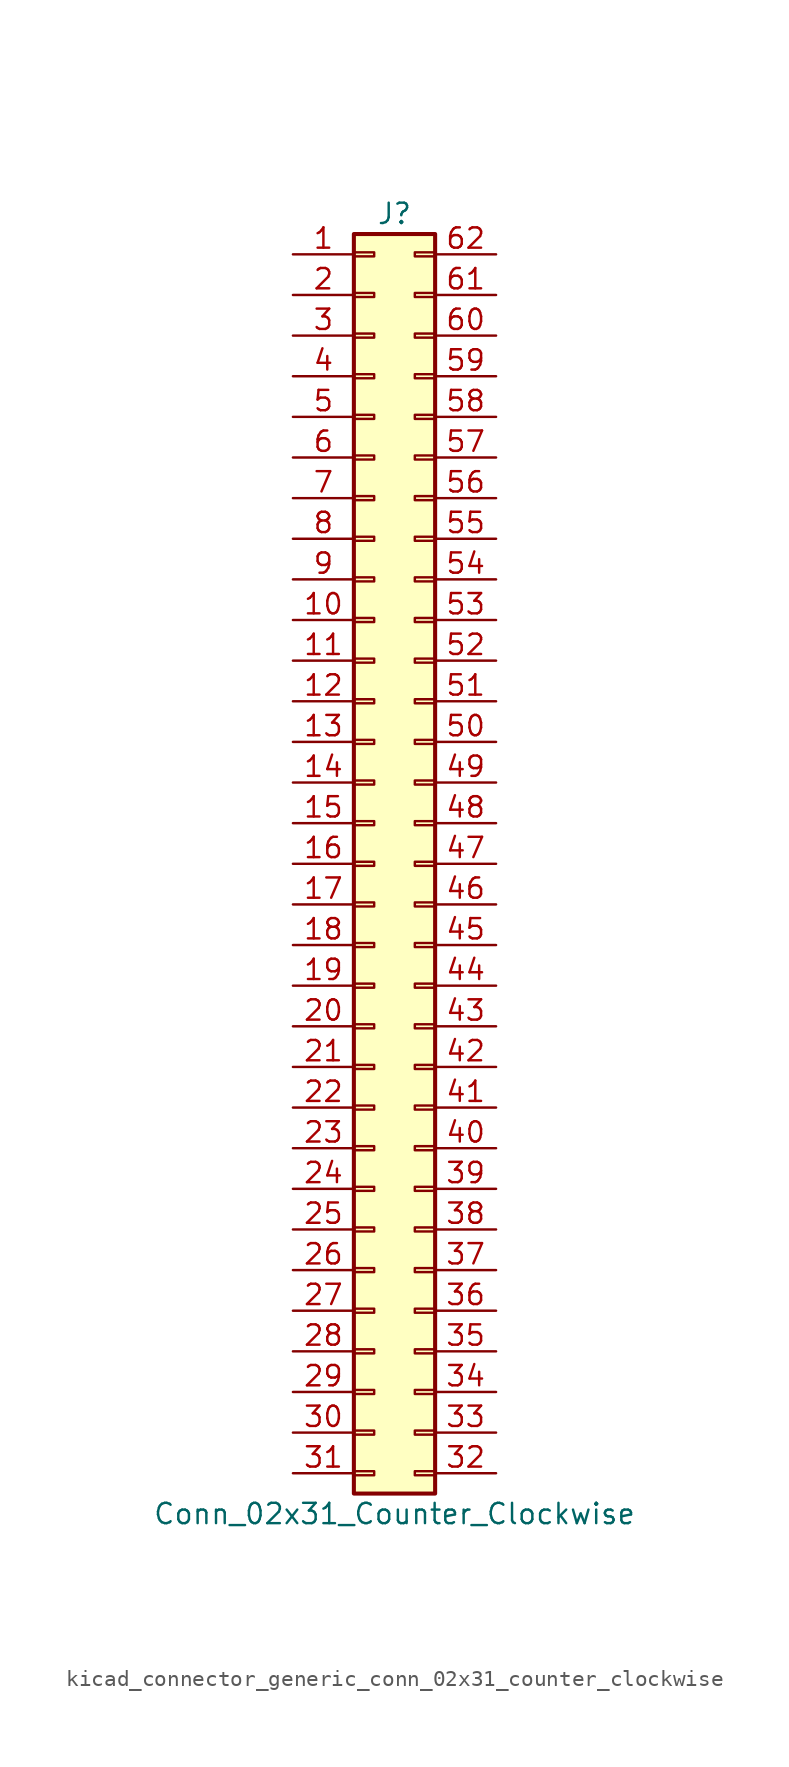
<source format=kicad_sym>
(kicad_symbol_lib
  (version 20220914)
  (generator kicad_symbol_editor)
  (symbol "kicad_connector_generic_conn_02x31_counter_clockwise"
    (pin_names
      (offset 1.016) hide)
    (property "Reference" "J"
      (at 1.27 40.64 0)
      (effects (font (size 1.27 1.27))))
    (property "Value" "Conn_02x31_Counter_Clockwise"
      (at 1.27 -40.64 0)
      (effects (font (size 1.27 1.27))))
    (symbol "kicad_connector_generic_conn_02x31_counter_clockwise_1_1"
      (rectangle (start -1.27 -37.973) (end 0 -38.227) (stroke (width 0.152) (type default)) (fill (type none)))
      (rectangle (start -1.27 -35.433) (end 0 -35.687) (stroke (width 0.152) (type default)) (fill (type none)))
      (rectangle (start -1.27 -32.893) (end 0 -33.147) (stroke (width 0.152) (type default)) (fill (type none)))
      (rectangle (start -1.27 -30.353) (end 0 -30.607) (stroke (width 0.152) (type default)) (fill (type none)))
      (rectangle (start -1.27 -27.813) (end 0 -28.067) (stroke (width 0.152) (type default)) (fill (type none)))
      (rectangle (start -1.27 -25.273) (end 0 -25.527) (stroke (width 0.152) (type default)) (fill (type none)))
      (rectangle (start -1.27 -22.733) (end 0 -22.987) (stroke (width 0.152) (type default)) (fill (type none)))
      (rectangle (start -1.27 -20.193) (end 0 -20.447) (stroke (width 0.152) (type default)) (fill (type none)))
      (rectangle (start -1.27 -17.653) (end 0 -17.907) (stroke (width 0.152) (type default)) (fill (type none)))
      (rectangle (start -1.27 -15.113) (end 0 -15.367) (stroke (width 0.152) (type default)) (fill (type none)))
      (rectangle (start -1.27 -12.573) (end 0 -12.827) (stroke (width 0.152) (type default)) (fill (type none)))
      (rectangle (start -1.27 -10.033) (end 0 -10.287) (stroke (width 0.152) (type default)) (fill (type none)))
      (rectangle (start -1.27 -7.493) (end 0 -7.747) (stroke (width 0.152) (type default)) (fill (type none)))
      (rectangle (start -1.27 -4.953) (end 0 -5.207) (stroke (width 0.152) (type default)) (fill (type none)))
      (rectangle (start -1.27 -2.413) (end 0 -2.667) (stroke (width 0.152) (type default)) (fill (type none)))
      (rectangle (start -1.27 0.127) (end 0 -0.127) (stroke (width 0.152) (type default)) (fill (type none)))
      (rectangle (start -1.27 2.667) (end 0 2.413) (stroke (width 0.152) (type default)) (fill (type none)))
      (rectangle (start -1.27 5.207) (end 0 4.953) (stroke (width 0.152) (type default)) (fill (type none)))
      (rectangle (start -1.27 7.747) (end 0 7.493) (stroke (width 0.152) (type default)) (fill (type none)))
      (rectangle (start -1.27 10.287) (end 0 10.033) (stroke (width 0.152) (type default)) (fill (type none)))
      (rectangle (start -1.27 12.827) (end 0 12.573) (stroke (width 0.152) (type default)) (fill (type none)))
      (rectangle (start -1.27 15.367) (end 0 15.113) (stroke (width 0.152) (type default)) (fill (type none)))
      (rectangle (start -1.27 17.907) (end 0 17.653) (stroke (width 0.152) (type default)) (fill (type none)))
      (rectangle (start -1.27 20.447) (end 0 20.193) (stroke (width 0.152) (type default)) (fill (type none)))
      (rectangle (start -1.27 22.987) (end 0 22.733) (stroke (width 0.152) (type default)) (fill (type none)))
      (rectangle (start -1.27 25.527) (end 0 25.273) (stroke (width 0.152) (type default)) (fill (type none)))
      (rectangle (start -1.27 28.067) (end 0 27.813) (stroke (width 0.152) (type default)) (fill (type none)))
      (rectangle (start -1.27 30.607) (end 0 30.353) (stroke (width 0.152) (type default)) (fill (type none)))
      (rectangle (start -1.27 33.147) (end 0 32.893) (stroke (width 0.152) (type default)) (fill (type none)))
      (rectangle (start -1.27 35.687) (end 0 35.433) (stroke (width 0.152) (type default)) (fill (type none)))
      (rectangle (start -1.27 38.227) (end 0 37.973) (stroke (width 0.152) (type default)) (fill (type none)))
      (rectangle (start -1.27 39.37) (end 3.81 -39.37) (stroke (width 0.254) (type default)) (fill (type background)))
      (rectangle (start 3.81 -37.973) (end 2.54 -38.227) (stroke (width 0.152) (type default)) (fill (type none)))
      (rectangle (start 3.81 -35.433) (end 2.54 -35.687) (stroke (width 0.152) (type default)) (fill (type none)))
      (rectangle (start 3.81 -32.893) (end 2.54 -33.147) (stroke (width 0.152) (type default)) (fill (type none)))
      (rectangle (start 3.81 -30.353) (end 2.54 -30.607) (stroke (width 0.152) (type default)) (fill (type none)))
      (rectangle (start 3.81 -27.813) (end 2.54 -28.067) (stroke (width 0.152) (type default)) (fill (type none)))
      (rectangle (start 3.81 -25.273) (end 2.54 -25.527) (stroke (width 0.152) (type default)) (fill (type none)))
      (rectangle (start 3.81 -22.733) (end 2.54 -22.987) (stroke (width 0.152) (type default)) (fill (type none)))
      (rectangle (start 3.81 -20.193) (end 2.54 -20.447) (stroke (width 0.152) (type default)) (fill (type none)))
      (rectangle (start 3.81 -17.653) (end 2.54 -17.907) (stroke (width 0.152) (type default)) (fill (type none)))
      (rectangle (start 3.81 -15.113) (end 2.54 -15.367) (stroke (width 0.152) (type default)) (fill (type none)))
      (rectangle (start 3.81 -12.573) (end 2.54 -12.827) (stroke (width 0.152) (type default)) (fill (type none)))
      (rectangle (start 3.81 -10.033) (end 2.54 -10.287) (stroke (width 0.152) (type default)) (fill (type none)))
      (rectangle (start 3.81 -7.493) (end 2.54 -7.747) (stroke (width 0.152) (type default)) (fill (type none)))
      (rectangle (start 3.81 -4.953) (end 2.54 -5.207) (stroke (width 0.152) (type default)) (fill (type none)))
      (rectangle (start 3.81 -2.413) (end 2.54 -2.667) (stroke (width 0.152) (type default)) (fill (type none)))
      (rectangle (start 3.81 0.127) (end 2.54 -0.127) (stroke (width 0.152) (type default)) (fill (type none)))
      (rectangle (start 3.81 2.667) (end 2.54 2.413) (stroke (width 0.152) (type default)) (fill (type none)))
      (rectangle (start 3.81 5.207) (end 2.54 4.953) (stroke (width 0.152) (type default)) (fill (type none)))
      (rectangle (start 3.81 7.747) (end 2.54 7.493) (stroke (width 0.152) (type default)) (fill (type none)))
      (rectangle (start 3.81 10.287) (end 2.54 10.033) (stroke (width 0.152) (type default)) (fill (type none)))
      (rectangle (start 3.81 12.827) (end 2.54 12.573) (stroke (width 0.152) (type default)) (fill (type none)))
      (rectangle (start 3.81 15.367) (end 2.54 15.113) (stroke (width 0.152) (type default)) (fill (type none)))
      (rectangle (start 3.81 17.907) (end 2.54 17.653) (stroke (width 0.152) (type default)) (fill (type none)))
      (rectangle (start 3.81 20.447) (end 2.54 20.193) (stroke (width 0.152) (type default)) (fill (type none)))
      (rectangle (start 3.81 22.987) (end 2.54 22.733) (stroke (width 0.152) (type default)) (fill (type none)))
      (rectangle (start 3.81 25.527) (end 2.54 25.273) (stroke (width 0.152) (type default)) (fill (type none)))
      (rectangle (start 3.81 28.067) (end 2.54 27.813) (stroke (width 0.152) (type default)) (fill (type none)))
      (rectangle (start 3.81 30.607) (end 2.54 30.353) (stroke (width 0.152) (type default)) (fill (type none)))
      (rectangle (start 3.81 33.147) (end 2.54 32.893) (stroke (width 0.152) (type default)) (fill (type none)))
      (rectangle (start 3.81 35.687) (end 2.54 35.433) (stroke (width 0.152) (type default)) (fill (type none)))
      (rectangle (start 3.81 38.227) (end 2.54 37.973) (stroke (width 0.152) (type default)) (fill (type none)))
      (pin passive line (at -5.08 38.1 0) (length 3.81) (name "Pin_1" (effects (font (size 1.27 1.27)))) (number "1" (effects (font (size 1.27 1.27)))))
      (pin passive line (at -5.08 15.24 0) (length 3.81) (name "Pin_10" (effects (font (size 1.27 1.27)))) (number "10" (effects (font (size 1.27 1.27)))))
      (pin passive line (at -5.08 12.7 0) (length 3.81) (name "Pin_11" (effects (font (size 1.27 1.27)))) (number "11" (effects (font (size 1.27 1.27)))))
      (pin passive line (at -5.08 10.16 0) (length 3.81) (name "Pin_12" (effects (font (size 1.27 1.27)))) (number "12" (effects (font (size 1.27 1.27)))))
      (pin passive line (at -5.08 7.62 0) (length 3.81) (name "Pin_13" (effects (font (size 1.27 1.27)))) (number "13" (effects (font (size 1.27 1.27)))))
      (pin passive line (at -5.08 5.08 0) (length 3.81) (name "Pin_14" (effects (font (size 1.27 1.27)))) (number "14" (effects (font (size 1.27 1.27)))))
      (pin passive line (at -5.08 2.54 0) (length 3.81) (name "Pin_15" (effects (font (size 1.27 1.27)))) (number "15" (effects (font (size 1.27 1.27)))))
      (pin passive line (at -5.08 0 0) (length 3.81) (name "Pin_16" (effects (font (size 1.27 1.27)))) (number "16" (effects (font (size 1.27 1.27)))))
      (pin passive line (at -5.08 -2.54 0) (length 3.81) (name "Pin_17" (effects (font (size 1.27 1.27)))) (number "17" (effects (font (size 1.27 1.27)))))
      (pin passive line (at -5.08 -5.08 0) (length 3.81) (name "Pin_18" (effects (font (size 1.27 1.27)))) (number "18" (effects (font (size 1.27 1.27)))))
      (pin passive line (at -5.08 -7.62 0) (length 3.81) (name "Pin_19" (effects (font (size 1.27 1.27)))) (number "19" (effects (font (size 1.27 1.27)))))
      (pin passive line (at -5.08 35.56 0) (length 3.81) (name "Pin_2" (effects (font (size 1.27 1.27)))) (number "2" (effects (font (size 1.27 1.27)))))
      (pin passive line (at -5.08 -10.16 0) (length 3.81) (name "Pin_20" (effects (font (size 1.27 1.27)))) (number "20" (effects (font (size 1.27 1.27)))))
      (pin passive line (at -5.08 -12.7 0) (length 3.81) (name "Pin_21" (effects (font (size 1.27 1.27)))) (number "21" (effects (font (size 1.27 1.27)))))
      (pin passive line (at -5.08 -15.24 0) (length 3.81) (name "Pin_22" (effects (font (size 1.27 1.27)))) (number "22" (effects (font (size 1.27 1.27)))))
      (pin passive line (at -5.08 -17.78 0) (length 3.81) (name "Pin_23" (effects (font (size 1.27 1.27)))) (number "23" (effects (font (size 1.27 1.27)))))
      (pin passive line (at -5.08 -20.32 0) (length 3.81) (name "Pin_24" (effects (font (size 1.27 1.27)))) (number "24" (effects (font (size 1.27 1.27)))))
      (pin passive line (at -5.08 -22.86 0) (length 3.81) (name "Pin_25" (effects (font (size 1.27 1.27)))) (number "25" (effects (font (size 1.27 1.27)))))
      (pin passive line (at -5.08 -25.4 0) (length 3.81) (name "Pin_26" (effects (font (size 1.27 1.27)))) (number "26" (effects (font (size 1.27 1.27)))))
      (pin passive line (at -5.08 -27.94 0) (length 3.81) (name "Pin_27" (effects (font (size 1.27 1.27)))) (number "27" (effects (font (size 1.27 1.27)))))
      (pin passive line (at -5.08 -30.48 0) (length 3.81) (name "Pin_28" (effects (font (size 1.27 1.27)))) (number "28" (effects (font (size 1.27 1.27)))))
      (pin passive line (at -5.08 -33.02 0) (length 3.81) (name "Pin_29" (effects (font (size 1.27 1.27)))) (number "29" (effects (font (size 1.27 1.27)))))
      (pin passive line (at -5.08 33.02 0) (length 3.81) (name "Pin_3" (effects (font (size 1.27 1.27)))) (number "3" (effects (font (size 1.27 1.27)))))
      (pin passive line (at -5.08 -35.56 0) (length 3.81) (name "Pin_30" (effects (font (size 1.27 1.27)))) (number "30" (effects (font (size 1.27 1.27)))))
      (pin passive line (at -5.08 -38.1 0) (length 3.81) (name "Pin_31" (effects (font (size 1.27 1.27)))) (number "31" (effects (font (size 1.27 1.27)))))
      (pin passive line (at 7.62 -38.1 180) (length 3.81) (name "Pin_32" (effects (font (size 1.27 1.27)))) (number "32" (effects (font (size 1.27 1.27)))))
      (pin passive line (at 7.62 -35.56 180) (length 3.81) (name "Pin_33" (effects (font (size 1.27 1.27)))) (number "33" (effects (font (size 1.27 1.27)))))
      (pin passive line (at 7.62 -33.02 180) (length 3.81) (name "Pin_34" (effects (font (size 1.27 1.27)))) (number "34" (effects (font (size 1.27 1.27)))))
      (pin passive line (at 7.62 -30.48 180) (length 3.81) (name "Pin_35" (effects (font (size 1.27 1.27)))) (number "35" (effects (font (size 1.27 1.27)))))
      (pin passive line (at 7.62 -27.94 180) (length 3.81) (name "Pin_36" (effects (font (size 1.27 1.27)))) (number "36" (effects (font (size 1.27 1.27)))))
      (pin passive line (at 7.62 -25.4 180) (length 3.81) (name "Pin_37" (effects (font (size 1.27 1.27)))) (number "37" (effects (font (size 1.27 1.27)))))
      (pin passive line (at 7.62 -22.86 180) (length 3.81) (name "Pin_38" (effects (font (size 1.27 1.27)))) (number "38" (effects (font (size 1.27 1.27)))))
      (pin passive line (at 7.62 -20.32 180) (length 3.81) (name "Pin_39" (effects (font (size 1.27 1.27)))) (number "39" (effects (font (size 1.27 1.27)))))
      (pin passive line (at -5.08 30.48 0) (length 3.81) (name "Pin_4" (effects (font (size 1.27 1.27)))) (number "4" (effects (font (size 1.27 1.27)))))
      (pin passive line (at 7.62 -17.78 180) (length 3.81) (name "Pin_40" (effects (font (size 1.27 1.27)))) (number "40" (effects (font (size 1.27 1.27)))))
      (pin passive line (at 7.62 -15.24 180) (length 3.81) (name "Pin_41" (effects (font (size 1.27 1.27)))) (number "41" (effects (font (size 1.27 1.27)))))
      (pin passive line (at 7.62 -12.7 180) (length 3.81) (name "Pin_42" (effects (font (size 1.27 1.27)))) (number "42" (effects (font (size 1.27 1.27)))))
      (pin passive line (at 7.62 -10.16 180) (length 3.81) (name "Pin_43" (effects (font (size 1.27 1.27)))) (number "43" (effects (font (size 1.27 1.27)))))
      (pin passive line (at 7.62 -7.62 180) (length 3.81) (name "Pin_44" (effects (font (size 1.27 1.27)))) (number "44" (effects (font (size 1.27 1.27)))))
      (pin passive line (at 7.62 -5.08 180) (length 3.81) (name "Pin_45" (effects (font (size 1.27 1.27)))) (number "45" (effects (font (size 1.27 1.27)))))
      (pin passive line (at 7.62 -2.54 180) (length 3.81) (name "Pin_46" (effects (font (size 1.27 1.27)))) (number "46" (effects (font (size 1.27 1.27)))))
      (pin passive line (at 7.62 0 180) (length 3.81) (name "Pin_47" (effects (font (size 1.27 1.27)))) (number "47" (effects (font (size 1.27 1.27)))))
      (pin passive line (at 7.62 2.54 180) (length 3.81) (name "Pin_48" (effects (font (size 1.27 1.27)))) (number "48" (effects (font (size 1.27 1.27)))))
      (pin passive line (at 7.62 5.08 180) (length 3.81) (name "Pin_49" (effects (font (size 1.27 1.27)))) (number "49" (effects (font (size 1.27 1.27)))))
      (pin passive line (at -5.08 27.94 0) (length 3.81) (name "Pin_5" (effects (font (size 1.27 1.27)))) (number "5" (effects (font (size 1.27 1.27)))))
      (pin passive line (at 7.62 7.62 180) (length 3.81) (name "Pin_50" (effects (font (size 1.27 1.27)))) (number "50" (effects (font (size 1.27 1.27)))))
      (pin passive line (at 7.62 10.16 180) (length 3.81) (name "Pin_51" (effects (font (size 1.27 1.27)))) (number "51" (effects (font (size 1.27 1.27)))))
      (pin passive line (at 7.62 12.7 180) (length 3.81) (name "Pin_52" (effects (font (size 1.27 1.27)))) (number "52" (effects (font (size 1.27 1.27)))))
      (pin passive line (at 7.62 15.24 180) (length 3.81) (name "Pin_53" (effects (font (size 1.27 1.27)))) (number "53" (effects (font (size 1.27 1.27)))))
      (pin passive line (at 7.62 17.78 180) (length 3.81) (name "Pin_54" (effects (font (size 1.27 1.27)))) (number "54" (effects (font (size 1.27 1.27)))))
      (pin passive line (at 7.62 20.32 180) (length 3.81) (name "Pin_55" (effects (font (size 1.27 1.27)))) (number "55" (effects (font (size 1.27 1.27)))))
      (pin passive line (at 7.62 22.86 180) (length 3.81) (name "Pin_56" (effects (font (size 1.27 1.27)))) (number "56" (effects (font (size 1.27 1.27)))))
      (pin passive line (at 7.62 25.4 180) (length 3.81) (name "Pin_57" (effects (font (size 1.27 1.27)))) (number "57" (effects (font (size 1.27 1.27)))))
      (pin passive line (at 7.62 27.94 180) (length 3.81) (name "Pin_58" (effects (font (size 1.27 1.27)))) (number "58" (effects (font (size 1.27 1.27)))))
      (pin passive line (at 7.62 30.48 180) (length 3.81) (name "Pin_59" (effects (font (size 1.27 1.27)))) (number "59" (effects (font (size 1.27 1.27)))))
      (pin passive line (at -5.08 25.4 0) (length 3.81) (name "Pin_6" (effects (font (size 1.27 1.27)))) (number "6" (effects (font (size 1.27 1.27)))))
      (pin passive line (at 7.62 33.02 180) (length 3.81) (name "Pin_60" (effects (font (size 1.27 1.27)))) (number "60" (effects (font (size 1.27 1.27)))))
      (pin passive line (at 7.62 35.56 180) (length 3.81) (name "Pin_61" (effects (font (size 1.27 1.27)))) (number "61" (effects (font (size 1.27 1.27)))))
      (pin passive line (at 7.62 38.1 180) (length 3.81) (name "Pin_62" (effects (font (size 1.27 1.27)))) (number "62" (effects (font (size 1.27 1.27)))))
      (pin passive line (at -5.08 22.86 0) (length 3.81) (name "Pin_7" (effects (font (size 1.27 1.27)))) (number "7" (effects (font (size 1.27 1.27)))))
      (pin passive line (at -5.08 20.32 0) (length 3.81) (name "Pin_8" (effects (font (size 1.27 1.27)))) (number "8" (effects (font (size 1.27 1.27)))))
      (pin passive line (at -5.08 17.78 0) (length 3.81) (name "Pin_9" (effects (font (size 1.27 1.27)))) (number "9" (effects (font (size 1.27 1.27))))))))
</source>
